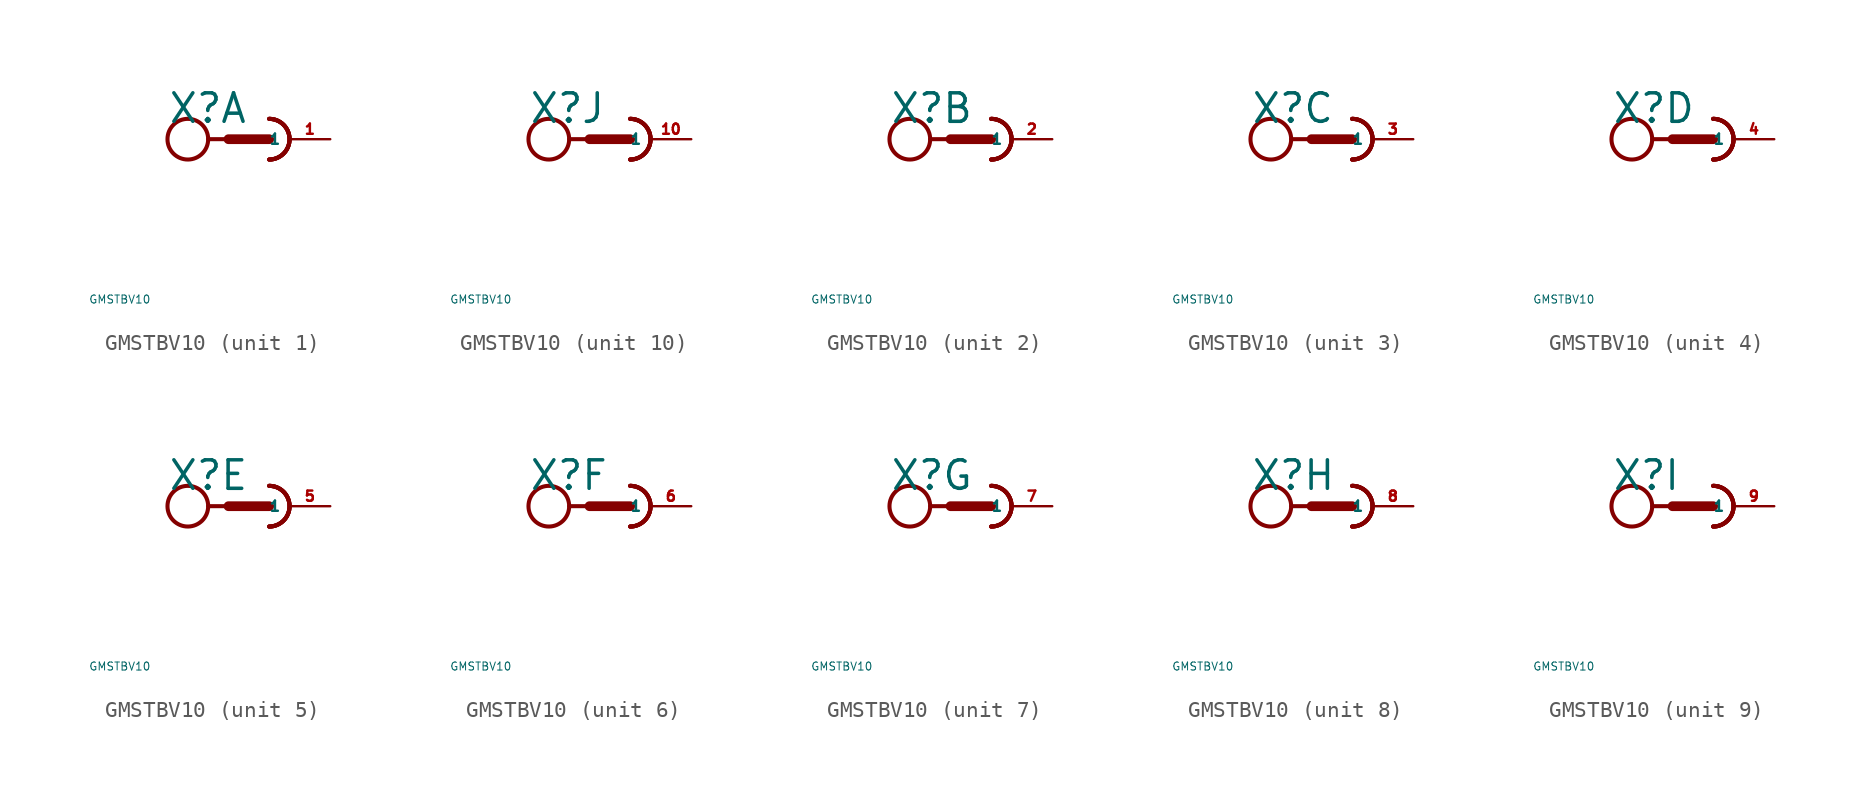
<source format=kicad_sym>
(kicad_symbol_lib
  (version 20220914)
  (generator Eagle2Kicad)
  (symbol "GMSTBV10"
    (property "Reference" "X"
      (at -5.08 0.889 0)
      (effects (font (size 1.778 1.778) (thickness 0.22)) (justify left bottom)))
    (property "Value" "GMSTBV10"
      (at -10 -10 0)
      (effects (font (size 0.5 0.5) (thickness 0.06)) (justify left)))
    (symbol "GMSTBV10_1_0"
      (arc (start 1.27 -1.27) (mid 2.540 0.000) (end 1.27 1.27) (stroke (width 0.254) (type default)) (fill (type none)))
      (arc (start 1.27 -1.27) (mid 2.540 0.000) (end 1.27 1.27) (stroke (width 0.254) (type default)) (fill (type none)))
      (arc (start 1.27 -1.27) (mid 2.540 0.000) (end 1.27 1.27) (stroke (width 0.254) (type default)) (fill (type none)))
      (polyline (pts (xy -2.54 0) (xy -1.27 0)) (stroke (width 0.254) (type default)) (fill (type none)))
      (polyline (pts (xy -1.27 0) (xy 1.27 0)) (stroke (width 0.61) (type default)) (fill (type none)))
      (arc (start 1.27 -1.27) (mid 2.540 0.000) (end 1.27 1.27) (stroke (width 0.254) (type default)) (fill (type none)))
      (circle (center -3.81 0) (radius 1.27) (stroke (width 0.254) (type default)) (fill (type none)))
      (pin passive line (at 5.08 0 180) (length 2.54) (name "1" (effects (font (size 0.635 0.635) (thickness 0.08)) (justify left bottom))) (number "1" (effects (font (size 0.635 0.635) (thickness 0.08)) (justify left bottom)))))
    (symbol "GMSTBV10_2_0"
      (arc (start 1.27 -1.27) (mid 2.540 0.000) (end 1.27 1.27) (stroke (width 0.254) (type default)) (fill (type none)))
      (arc (start 1.27 -1.27) (mid 2.540 0.000) (end 1.27 1.27) (stroke (width 0.254) (type default)) (fill (type none)))
      (arc (start 1.27 -1.27) (mid 2.540 0.000) (end 1.27 1.27) (stroke (width 0.254) (type default)) (fill (type none)))
      (polyline (pts (xy -2.54 0) (xy -1.27 0)) (stroke (width 0.254) (type default)) (fill (type none)))
      (polyline (pts (xy -1.27 0) (xy 1.27 0)) (stroke (width 0.61) (type default)) (fill (type none)))
      (arc (start 1.27 -1.27) (mid 2.540 0.000) (end 1.27 1.27) (stroke (width 0.254) (type default)) (fill (type none)))
      (circle (center -3.81 0) (radius 1.27) (stroke (width 0.254) (type default)) (fill (type none)))
      (pin passive line (at 5.08 0 180) (length 2.54) (name "1" (effects (font (size 0.635 0.635) (thickness 0.08)) (justify left bottom))) (number "2" (effects (font (size 0.635 0.635) (thickness 0.08)) (justify left bottom)))))
    (symbol "GMSTBV10_3_0"
      (arc (start 1.27 -1.27) (mid 2.540 0.000) (end 1.27 1.27) (stroke (width 0.254) (type default)) (fill (type none)))
      (arc (start 1.27 -1.27) (mid 2.540 0.000) (end 1.27 1.27) (stroke (width 0.254) (type default)) (fill (type none)))
      (arc (start 1.27 -1.27) (mid 2.540 0.000) (end 1.27 1.27) (stroke (width 0.254) (type default)) (fill (type none)))
      (polyline (pts (xy -2.54 0) (xy -1.27 0)) (stroke (width 0.254) (type default)) (fill (type none)))
      (polyline (pts (xy -1.27 0) (xy 1.27 0)) (stroke (width 0.61) (type default)) (fill (type none)))
      (arc (start 1.27 -1.27) (mid 2.540 0.000) (end 1.27 1.27) (stroke (width 0.254) (type default)) (fill (type none)))
      (circle (center -3.81 0) (radius 1.27) (stroke (width 0.254) (type default)) (fill (type none)))
      (pin passive line (at 5.08 0 180) (length 2.54) (name "1" (effects (font (size 0.635 0.635) (thickness 0.08)) (justify left bottom))) (number "3" (effects (font (size 0.635 0.635) (thickness 0.08)) (justify left bottom)))))
    (symbol "GMSTBV10_4_0"
      (arc (start 1.27 -1.27) (mid 2.540 0.000) (end 1.27 1.27) (stroke (width 0.254) (type default)) (fill (type none)))
      (arc (start 1.27 -1.27) (mid 2.540 0.000) (end 1.27 1.27) (stroke (width 0.254) (type default)) (fill (type none)))
      (arc (start 1.27 -1.27) (mid 2.540 0.000) (end 1.27 1.27) (stroke (width 0.254) (type default)) (fill (type none)))
      (polyline (pts (xy -2.54 0) (xy -1.27 0)) (stroke (width 0.254) (type default)) (fill (type none)))
      (polyline (pts (xy -1.27 0) (xy 1.27 0)) (stroke (width 0.61) (type default)) (fill (type none)))
      (arc (start 1.27 -1.27) (mid 2.540 0.000) (end 1.27 1.27) (stroke (width 0.254) (type default)) (fill (type none)))
      (circle (center -3.81 0) (radius 1.27) (stroke (width 0.254) (type default)) (fill (type none)))
      (pin passive line (at 5.08 0 180) (length 2.54) (name "1" (effects (font (size 0.635 0.635) (thickness 0.08)) (justify left bottom))) (number "4" (effects (font (size 0.635 0.635) (thickness 0.08)) (justify left bottom)))))
    (symbol "GMSTBV10_5_0"
      (arc (start 1.27 -1.27) (mid 2.540 0.000) (end 1.27 1.27) (stroke (width 0.254) (type default)) (fill (type none)))
      (arc (start 1.27 -1.27) (mid 2.540 0.000) (end 1.27 1.27) (stroke (width 0.254) (type default)) (fill (type none)))
      (arc (start 1.27 -1.27) (mid 2.540 0.000) (end 1.27 1.27) (stroke (width 0.254) (type default)) (fill (type none)))
      (polyline (pts (xy -2.54 0) (xy -1.27 0)) (stroke (width 0.254) (type default)) (fill (type none)))
      (polyline (pts (xy -1.27 0) (xy 1.27 0)) (stroke (width 0.61) (type default)) (fill (type none)))
      (arc (start 1.27 -1.27) (mid 2.540 0.000) (end 1.27 1.27) (stroke (width 0.254) (type default)) (fill (type none)))
      (circle (center -3.81 0) (radius 1.27) (stroke (width 0.254) (type default)) (fill (type none)))
      (pin passive line (at 5.08 0 180) (length 2.54) (name "1" (effects (font (size 0.635 0.635) (thickness 0.08)) (justify left bottom))) (number "5" (effects (font (size 0.635 0.635) (thickness 0.08)) (justify left bottom)))))
    (symbol "GMSTBV10_6_0"
      (arc (start 1.27 -1.27) (mid 2.540 0.000) (end 1.27 1.27) (stroke (width 0.254) (type default)) (fill (type none)))
      (arc (start 1.27 -1.27) (mid 2.540 0.000) (end 1.27 1.27) (stroke (width 0.254) (type default)) (fill (type none)))
      (arc (start 1.27 -1.27) (mid 2.540 0.000) (end 1.27 1.27) (stroke (width 0.254) (type default)) (fill (type none)))
      (polyline (pts (xy -2.54 0) (xy -1.27 0)) (stroke (width 0.254) (type default)) (fill (type none)))
      (polyline (pts (xy -1.27 0) (xy 1.27 0)) (stroke (width 0.61) (type default)) (fill (type none)))
      (arc (start 1.27 -1.27) (mid 2.540 0.000) (end 1.27 1.27) (stroke (width 0.254) (type default)) (fill (type none)))
      (circle (center -3.81 0) (radius 1.27) (stroke (width 0.254) (type default)) (fill (type none)))
      (pin passive line (at 5.08 0 180) (length 2.54) (name "1" (effects (font (size 0.635 0.635) (thickness 0.08)) (justify left bottom))) (number "6" (effects (font (size 0.635 0.635) (thickness 0.08)) (justify left bottom)))))
    (symbol "GMSTBV10_7_0"
      (arc (start 1.27 -1.27) (mid 2.540 0.000) (end 1.27 1.27) (stroke (width 0.254) (type default)) (fill (type none)))
      (arc (start 1.27 -1.27) (mid 2.540 0.000) (end 1.27 1.27) (stroke (width 0.254) (type default)) (fill (type none)))
      (arc (start 1.27 -1.27) (mid 2.540 0.000) (end 1.27 1.27) (stroke (width 0.254) (type default)) (fill (type none)))
      (polyline (pts (xy -2.54 0) (xy -1.27 0)) (stroke (width 0.254) (type default)) (fill (type none)))
      (polyline (pts (xy -1.27 0) (xy 1.27 0)) (stroke (width 0.61) (type default)) (fill (type none)))
      (arc (start 1.27 -1.27) (mid 2.540 0.000) (end 1.27 1.27) (stroke (width 0.254) (type default)) (fill (type none)))
      (circle (center -3.81 0) (radius 1.27) (stroke (width 0.254) (type default)) (fill (type none)))
      (pin passive line (at 5.08 0 180) (length 2.54) (name "1" (effects (font (size 0.635 0.635) (thickness 0.08)) (justify left bottom))) (number "7" (effects (font (size 0.635 0.635) (thickness 0.08)) (justify left bottom)))))
    (symbol "GMSTBV10_8_0"
      (arc (start 1.27 -1.27) (mid 2.540 0.000) (end 1.27 1.27) (stroke (width 0.254) (type default)) (fill (type none)))
      (arc (start 1.27 -1.27) (mid 2.540 0.000) (end 1.27 1.27) (stroke (width 0.254) (type default)) (fill (type none)))
      (arc (start 1.27 -1.27) (mid 2.540 0.000) (end 1.27 1.27) (stroke (width 0.254) (type default)) (fill (type none)))
      (polyline (pts (xy -2.54 0) (xy -1.27 0)) (stroke (width 0.254) (type default)) (fill (type none)))
      (polyline (pts (xy -1.27 0) (xy 1.27 0)) (stroke (width 0.61) (type default)) (fill (type none)))
      (arc (start 1.27 -1.27) (mid 2.540 0.000) (end 1.27 1.27) (stroke (width 0.254) (type default)) (fill (type none)))
      (circle (center -3.81 0) (radius 1.27) (stroke (width 0.254) (type default)) (fill (type none)))
      (pin passive line (at 5.08 0 180) (length 2.54) (name "1" (effects (font (size 0.635 0.635) (thickness 0.08)) (justify left bottom))) (number "8" (effects (font (size 0.635 0.635) (thickness 0.08)) (justify left bottom)))))
    (symbol "GMSTBV10_9_0"
      (arc (start 1.27 -1.27) (mid 2.540 0.000) (end 1.27 1.27) (stroke (width 0.254) (type default)) (fill (type none)))
      (arc (start 1.27 -1.27) (mid 2.540 0.000) (end 1.27 1.27) (stroke (width 0.254) (type default)) (fill (type none)))
      (arc (start 1.27 -1.27) (mid 2.540 0.000) (end 1.27 1.27) (stroke (width 0.254) (type default)) (fill (type none)))
      (polyline (pts (xy -2.54 0) (xy -1.27 0)) (stroke (width 0.254) (type default)) (fill (type none)))
      (polyline (pts (xy -1.27 0) (xy 1.27 0)) (stroke (width 0.61) (type default)) (fill (type none)))
      (arc (start 1.27 -1.27) (mid 2.540 0.000) (end 1.27 1.27) (stroke (width 0.254) (type default)) (fill (type none)))
      (circle (center -3.81 0) (radius 1.27) (stroke (width 0.254) (type default)) (fill (type none)))
      (pin passive line (at 5.08 0 180) (length 2.54) (name "1" (effects (font (size 0.635 0.635) (thickness 0.08)) (justify left bottom))) (number "9" (effects (font (size 0.635 0.635) (thickness 0.08)) (justify left bottom)))))
    (symbol "GMSTBV10_10_0"
      (arc (start 1.27 -1.27) (mid 2.540 0.000) (end 1.27 1.27) (stroke (width 0.254) (type default)) (fill (type none)))
      (arc (start 1.27 -1.27) (mid 2.540 0.000) (end 1.27 1.27) (stroke (width 0.254) (type default)) (fill (type none)))
      (arc (start 1.27 -1.27) (mid 2.540 0.000) (end 1.27 1.27) (stroke (width 0.254) (type default)) (fill (type none)))
      (polyline (pts (xy -2.54 0) (xy -1.27 0)) (stroke (width 0.254) (type default)) (fill (type none)))
      (polyline (pts (xy -1.27 0) (xy 1.27 0)) (stroke (width 0.61) (type default)) (fill (type none)))
      (arc (start 1.27 -1.27) (mid 2.540 0.000) (end 1.27 1.27) (stroke (width 0.254) (type default)) (fill (type none)))
      (circle (center -3.81 0) (radius 1.27) (stroke (width 0.254) (type default)) (fill (type none)))
      (pin passive line (at 5.08 0 180) (length 2.54) (name "1" (effects (font (size 0.635 0.635) (thickness 0.08)) (justify left bottom))) (number "10" (effects (font (size 0.635 0.635) (thickness 0.08)) (justify left bottom)))))))
</source>
